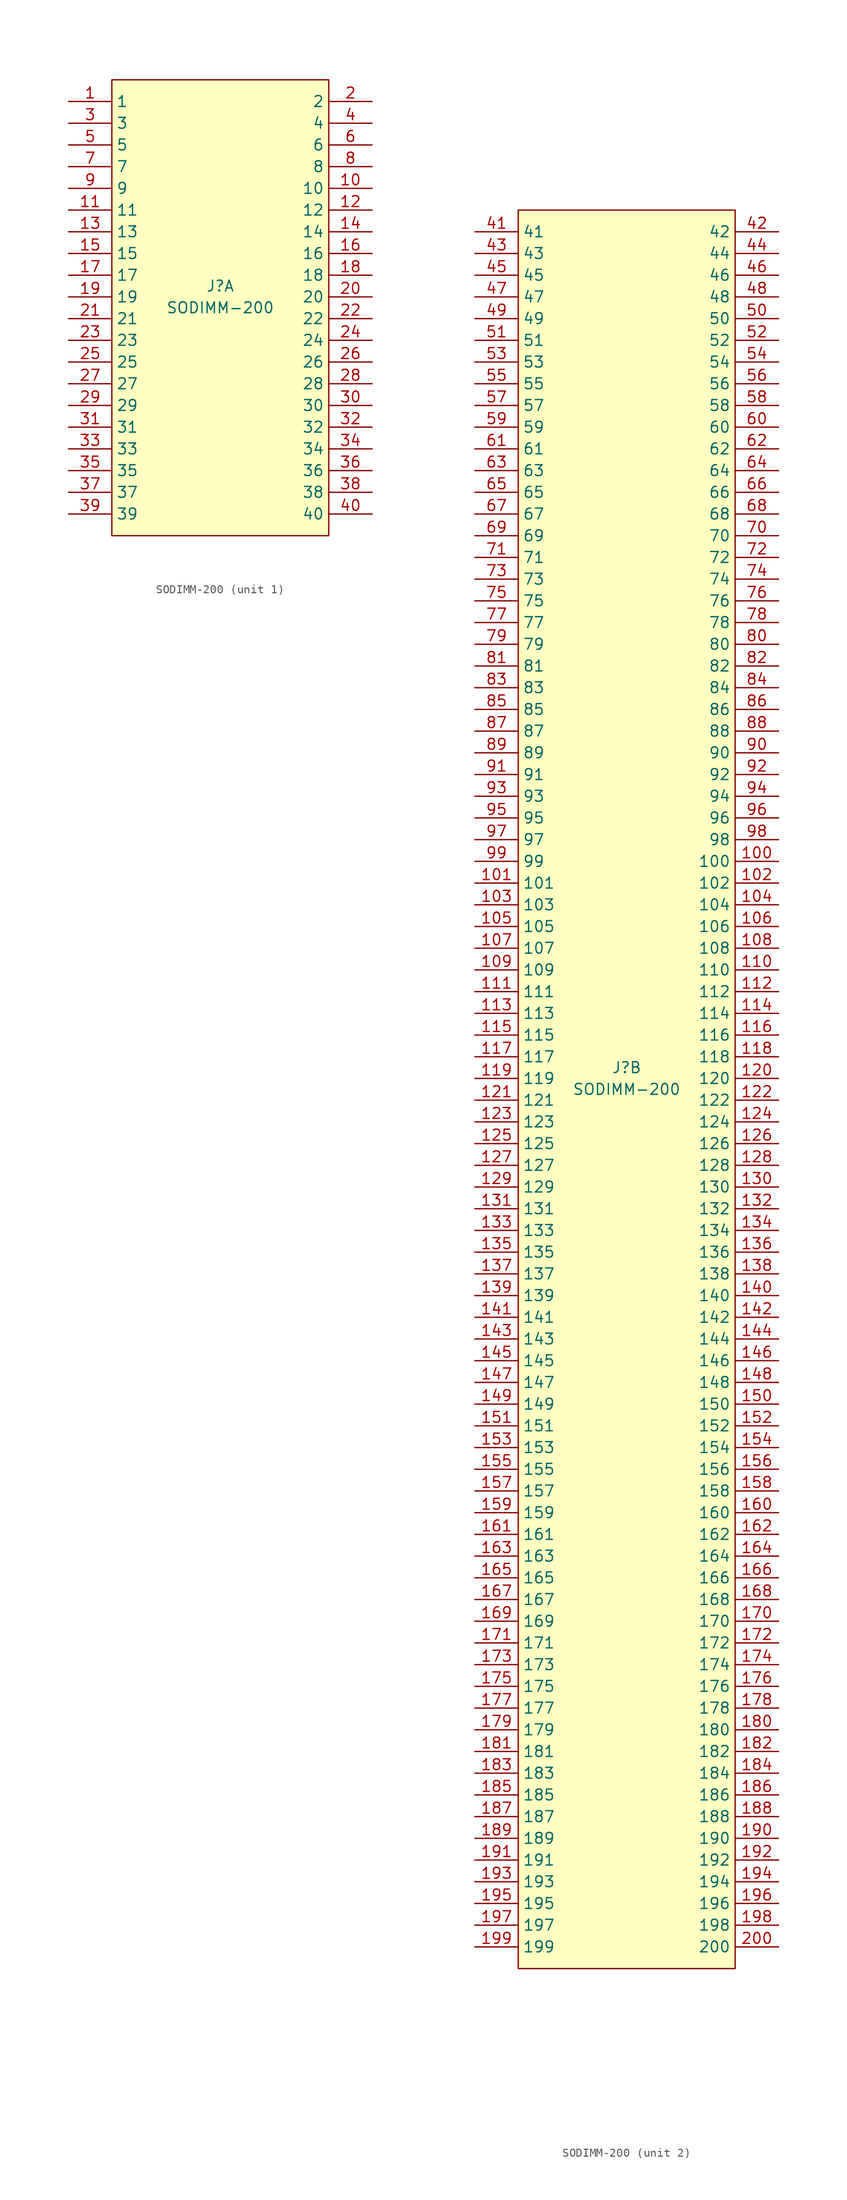
<source format=kicad_sym>
(kicad_symbol_lib
  (version 20241209)
  (generator "kicad_symbol_editor")
  (generator_version "9.0")
  (symbol "SODIMM-200"
    (property "Reference" "J"
      (at 0 1.27 0)
      (effects (font (size 1.27 1.27))))
    (property "Value" "SODIMM-200"
      (at 0 -1.27 0)
      (effects (font (size 1.27 1.27))))
    (property "ki_locked" ""
      (at 0 0 0)
      (effects (font (size 1.27 1.27))))
    (symbol "SODIMM-200_1_1"
      (rectangle (start -12.7 25.4) (end 12.7 -27.94) (stroke (width 0) (type default)) (fill (type background)))
      (pin passive line (at -17.78 22.86 0) (length 5.08) (name "1" (effects (font (size 1.27 1.27)))) (number "1" (effects (font (size 1.27 1.27)))))
      (pin passive line (at -17.78 20.32 0) (length 5.08) (name "3" (effects (font (size 1.27 1.27)))) (number "3" (effects (font (size 1.27 1.27)))))
      (pin passive line (at -17.78 17.78 0) (length 5.08) (name "5" (effects (font (size 1.27 1.27)))) (number "5" (effects (font (size 1.27 1.27)))))
      (pin passive line (at -17.78 15.24 0) (length 5.08) (name "7" (effects (font (size 1.27 1.27)))) (number "7" (effects (font (size 1.27 1.27)))))
      (pin passive line (at -17.78 12.7 0) (length 5.08) (name "9" (effects (font (size 1.27 1.27)))) (number "9" (effects (font (size 1.27 1.27)))))
      (pin passive line (at -17.78 10.16 0) (length 5.08) (name "11" (effects (font (size 1.27 1.27)))) (number "11" (effects (font (size 1.27 1.27)))))
      (pin passive line (at -17.78 7.62 0) (length 5.08) (name "13" (effects (font (size 1.27 1.27)))) (number "13" (effects (font (size 1.27 1.27)))))
      (pin passive line (at -17.78 5.08 0) (length 5.08) (name "15" (effects (font (size 1.27 1.27)))) (number "15" (effects (font (size 1.27 1.27)))))
      (pin passive line (at -17.78 2.54 0) (length 5.08) (name "17" (effects (font (size 1.27 1.27)))) (number "17" (effects (font (size 1.27 1.27)))))
      (pin passive line (at -17.78 0 0) (length 5.08) (name "19" (effects (font (size 1.27 1.27)))) (number "19" (effects (font (size 1.27 1.27)))))
      (pin passive line (at -17.78 -2.54 0) (length 5.08) (name "21" (effects (font (size 1.27 1.27)))) (number "21" (effects (font (size 1.27 1.27)))))
      (pin passive line (at -17.78 -5.08 0) (length 5.08) (name "23" (effects (font (size 1.27 1.27)))) (number "23" (effects (font (size 1.27 1.27)))))
      (pin passive line (at -17.78 -7.62 0) (length 5.08) (name "25" (effects (font (size 1.27 1.27)))) (number "25" (effects (font (size 1.27 1.27)))))
      (pin passive line (at -17.78 -10.16 0) (length 5.08) (name "27" (effects (font (size 1.27 1.27)))) (number "27" (effects (font (size 1.27 1.27)))))
      (pin passive line (at -17.78 -12.7 0) (length 5.08) (name "29" (effects (font (size 1.27 1.27)))) (number "29" (effects (font (size 1.27 1.27)))))
      (pin passive line (at -17.78 -15.24 0) (length 5.08) (name "31" (effects (font (size 1.27 1.27)))) (number "31" (effects (font (size 1.27 1.27)))))
      (pin passive line (at -17.78 -17.78 0) (length 5.08) (name "33" (effects (font (size 1.27 1.27)))) (number "33" (effects (font (size 1.27 1.27)))))
      (pin passive line (at -17.78 -20.32 0) (length 5.08) (name "35" (effects (font (size 1.27 1.27)))) (number "35" (effects (font (size 1.27 1.27)))))
      (pin passive line (at -17.78 -22.86 0) (length 5.08) (name "37" (effects (font (size 1.27 1.27)))) (number "37" (effects (font (size 1.27 1.27)))))
      (pin passive line (at -17.78 -25.4 0) (length 5.08) (name "39" (effects (font (size 1.27 1.27)))) (number "39" (effects (font (size 1.27 1.27)))))
      (pin passive line (at 17.78 22.86 180) (length 5.08) (name "2" (effects (font (size 1.27 1.27)))) (number "2" (effects (font (size 1.27 1.27)))))
      (pin passive line (at 17.78 20.32 180) (length 5.08) (name "4" (effects (font (size 1.27 1.27)))) (number "4" (effects (font (size 1.27 1.27)))))
      (pin passive line (at 17.78 17.78 180) (length 5.08) (name "6" (effects (font (size 1.27 1.27)))) (number "6" (effects (font (size 1.27 1.27)))))
      (pin passive line (at 17.78 15.24 180) (length 5.08) (name "8" (effects (font (size 1.27 1.27)))) (number "8" (effects (font (size 1.27 1.27)))))
      (pin passive line (at 17.78 12.7 180) (length 5.08) (name "10" (effects (font (size 1.27 1.27)))) (number "10" (effects (font (size 1.27 1.27)))))
      (pin passive line (at 17.78 10.16 180) (length 5.08) (name "12" (effects (font (size 1.27 1.27)))) (number "12" (effects (font (size 1.27 1.27)))))
      (pin passive line (at 17.78 7.62 180) (length 5.08) (name "14" (effects (font (size 1.27 1.27)))) (number "14" (effects (font (size 1.27 1.27)))))
      (pin passive line (at 17.78 5.08 180) (length 5.08) (name "16" (effects (font (size 1.27 1.27)))) (number "16" (effects (font (size 1.27 1.27)))))
      (pin passive line (at 17.78 2.54 180) (length 5.08) (name "18" (effects (font (size 1.27 1.27)))) (number "18" (effects (font (size 1.27 1.27)))))
      (pin passive line (at 17.78 0 180) (length 5.08) (name "20" (effects (font (size 1.27 1.27)))) (number "20" (effects (font (size 1.27 1.27)))))
      (pin passive line (at 17.78 -2.54 180) (length 5.08) (name "22" (effects (font (size 1.27 1.27)))) (number "22" (effects (font (size 1.27 1.27)))))
      (pin passive line (at 17.78 -5.08 180) (length 5.08) (name "24" (effects (font (size 1.27 1.27)))) (number "24" (effects (font (size 1.27 1.27)))))
      (pin passive line (at 17.78 -7.62 180) (length 5.08) (name "26" (effects (font (size 1.27 1.27)))) (number "26" (effects (font (size 1.27 1.27)))))
      (pin passive line (at 17.78 -10.16 180) (length 5.08) (name "28" (effects (font (size 1.27 1.27)))) (number "28" (effects (font (size 1.27 1.27)))))
      (pin passive line (at 17.78 -12.7 180) (length 5.08) (name "30" (effects (font (size 1.27 1.27)))) (number "30" (effects (font (size 1.27 1.27)))))
      (pin passive line (at 17.78 -15.24 180) (length 5.08) (name "32" (effects (font (size 1.27 1.27)))) (number "32" (effects (font (size 1.27 1.27)))))
      (pin passive line (at 17.78 -17.78 180) (length 5.08) (name "34" (effects (font (size 1.27 1.27)))) (number "34" (effects (font (size 1.27 1.27)))))
      (pin passive line (at 17.78 -20.32 180) (length 5.08) (name "36" (effects (font (size 1.27 1.27)))) (number "36" (effects (font (size 1.27 1.27)))))
      (pin passive line (at 17.78 -22.86 180) (length 5.08) (name "38" (effects (font (size 1.27 1.27)))) (number "38" (effects (font (size 1.27 1.27)))))
      (pin passive line (at 17.78 -25.4 180) (length 5.08) (name "40" (effects (font (size 1.27 1.27)))) (number "40" (effects (font (size 1.27 1.27))))))
    (symbol "SODIMM-200_2_1"
      (rectangle (start -12.7 -104.14) (end 12.7 101.6) (stroke (width 0) (type default)) (fill (type background)))
      (pin passive line (at -17.78 99.06 0) (length 5.08) (name "41" (effects (font (size 1.27 1.27)))) (number "41" (effects (font (size 1.27 1.27)))))
      (pin passive line (at -17.78 96.52 0) (length 5.08) (name "43" (effects (font (size 1.27 1.27)))) (number "43" (effects (font (size 1.27 1.27)))))
      (pin passive line (at -17.78 93.98 0) (length 5.08) (name "45" (effects (font (size 1.27 1.27)))) (number "45" (effects (font (size 1.27 1.27)))))
      (pin passive line (at -17.78 91.44 0) (length 5.08) (name "47" (effects (font (size 1.27 1.27)))) (number "47" (effects (font (size 1.27 1.27)))))
      (pin passive line (at -17.78 88.9 0) (length 5.08) (name "49" (effects (font (size 1.27 1.27)))) (number "49" (effects (font (size 1.27 1.27)))))
      (pin passive line (at -17.78 86.36 0) (length 5.08) (name "51" (effects (font (size 1.27 1.27)))) (number "51" (effects (font (size 1.27 1.27)))))
      (pin passive line (at -17.78 83.82 0) (length 5.08) (name "53" (effects (font (size 1.27 1.27)))) (number "53" (effects (font (size 1.27 1.27)))))
      (pin passive line (at -17.78 81.28 0) (length 5.08) (name "55" (effects (font (size 1.27 1.27)))) (number "55" (effects (font (size 1.27 1.27)))))
      (pin passive line (at -17.78 78.74 0) (length 5.08) (name "57" (effects (font (size 1.27 1.27)))) (number "57" (effects (font (size 1.27 1.27)))))
      (pin passive line (at -17.78 76.2 0) (length 5.08) (name "59" (effects (font (size 1.27 1.27)))) (number "59" (effects (font (size 1.27 1.27)))))
      (pin passive line (at -17.78 73.66 0) (length 5.08) (name "61" (effects (font (size 1.27 1.27)))) (number "61" (effects (font (size 1.27 1.27)))))
      (pin passive line (at -17.78 71.12 0) (length 5.08) (name "63" (effects (font (size 1.27 1.27)))) (number "63" (effects (font (size 1.27 1.27)))))
      (pin passive line (at -17.78 68.58 0) (length 5.08) (name "65" (effects (font (size 1.27 1.27)))) (number "65" (effects (font (size 1.27 1.27)))))
      (pin passive line (at -17.78 66.04 0) (length 5.08) (name "67" (effects (font (size 1.27 1.27)))) (number "67" (effects (font (size 1.27 1.27)))))
      (pin passive line (at -17.78 63.5 0) (length 5.08) (name "69" (effects (font (size 1.27 1.27)))) (number "69" (effects (font (size 1.27 1.27)))))
      (pin passive line (at -17.78 60.96 0) (length 5.08) (name "71" (effects (font (size 1.27 1.27)))) (number "71" (effects (font (size 1.27 1.27)))))
      (pin passive line (at -17.78 58.42 0) (length 5.08) (name "73" (effects (font (size 1.27 1.27)))) (number "73" (effects (font (size 1.27 1.27)))))
      (pin passive line (at -17.78 55.88 0) (length 5.08) (name "75" (effects (font (size 1.27 1.27)))) (number "75" (effects (font (size 1.27 1.27)))))
      (pin passive line (at -17.78 53.34 0) (length 5.08) (name "77" (effects (font (size 1.27 1.27)))) (number "77" (effects (font (size 1.27 1.27)))))
      (pin passive line (at -17.78 50.8 0) (length 5.08) (name "79" (effects (font (size 1.27 1.27)))) (number "79" (effects (font (size 1.27 1.27)))))
      (pin passive line (at -17.78 48.26 0) (length 5.08) (name "81" (effects (font (size 1.27 1.27)))) (number "81" (effects (font (size 1.27 1.27)))))
      (pin passive line (at -17.78 45.72 0) (length 5.08) (name "83" (effects (font (size 1.27 1.27)))) (number "83" (effects (font (size 1.27 1.27)))))
      (pin passive line (at -17.78 43.18 0) (length 5.08) (name "85" (effects (font (size 1.27 1.27)))) (number "85" (effects (font (size 1.27 1.27)))))
      (pin passive line (at -17.78 40.64 0) (length 5.08) (name "87" (effects (font (size 1.27 1.27)))) (number "87" (effects (font (size 1.27 1.27)))))
      (pin passive line (at -17.78 38.1 0) (length 5.08) (name "89" (effects (font (size 1.27 1.27)))) (number "89" (effects (font (size 1.27 1.27)))))
      (pin passive line (at -17.78 35.56 0) (length 5.08) (name "91" (effects (font (size 1.27 1.27)))) (number "91" (effects (font (size 1.27 1.27)))))
      (pin passive line (at -17.78 33.02 0) (length 5.08) (name "93" (effects (font (size 1.27 1.27)))) (number "93" (effects (font (size 1.27 1.27)))))
      (pin passive line (at -17.78 30.48 0) (length 5.08) (name "95" (effects (font (size 1.27 1.27)))) (number "95" (effects (font (size 1.27 1.27)))))
      (pin passive line (at -17.78 27.94 0) (length 5.08) (name "97" (effects (font (size 1.27 1.27)))) (number "97" (effects (font (size 1.27 1.27)))))
      (pin passive line (at -17.78 25.4 0) (length 5.08) (name "99" (effects (font (size 1.27 1.27)))) (number "99" (effects (font (size 1.27 1.27)))))
      (pin passive line (at -17.78 22.86 0) (length 5.08) (name "101" (effects (font (size 1.27 1.27)))) (number "101" (effects (font (size 1.27 1.27)))))
      (pin passive line (at -17.78 20.32 0) (length 5.08) (name "103" (effects (font (size 1.27 1.27)))) (number "103" (effects (font (size 1.27 1.27)))))
      (pin passive line (at -17.78 17.78 0) (length 5.08) (name "105" (effects (font (size 1.27 1.27)))) (number "105" (effects (font (size 1.27 1.27)))))
      (pin passive line (at -17.78 15.24 0) (length 5.08) (name "107" (effects (font (size 1.27 1.27)))) (number "107" (effects (font (size 1.27 1.27)))))
      (pin passive line (at -17.78 12.7 0) (length 5.08) (name "109" (effects (font (size 1.27 1.27)))) (number "109" (effects (font (size 1.27 1.27)))))
      (pin passive line (at -17.78 10.16 0) (length 5.08) (name "111" (effects (font (size 1.27 1.27)))) (number "111" (effects (font (size 1.27 1.27)))))
      (pin passive line (at -17.78 7.62 0) (length 5.08) (name "113" (effects (font (size 1.27 1.27)))) (number "113" (effects (font (size 1.27 1.27)))))
      (pin passive line (at -17.78 5.08 0) (length 5.08) (name "115" (effects (font (size 1.27 1.27)))) (number "115" (effects (font (size 1.27 1.27)))))
      (pin passive line (at -17.78 2.54 0) (length 5.08) (name "117" (effects (font (size 1.27 1.27)))) (number "117" (effects (font (size 1.27 1.27)))))
      (pin passive line (at -17.78 0 0) (length 5.08) (name "119" (effects (font (size 1.27 1.27)))) (number "119" (effects (font (size 1.27 1.27)))))
      (pin passive line (at -17.78 -2.54 0) (length 5.08) (name "121" (effects (font (size 1.27 1.27)))) (number "121" (effects (font (size 1.27 1.27)))))
      (pin passive line (at -17.78 -5.08 0) (length 5.08) (name "123" (effects (font (size 1.27 1.27)))) (number "123" (effects (font (size 1.27 1.27)))))
      (pin passive line (at -17.78 -7.62 0) (length 5.08) (name "125" (effects (font (size 1.27 1.27)))) (number "125" (effects (font (size 1.27 1.27)))))
      (pin passive line (at -17.78 -10.16 0) (length 5.08) (name "127" (effects (font (size 1.27 1.27)))) (number "127" (effects (font (size 1.27 1.27)))))
      (pin passive line (at -17.78 -12.7 0) (length 5.08) (name "129" (effects (font (size 1.27 1.27)))) (number "129" (effects (font (size 1.27 1.27)))))
      (pin passive line (at -17.78 -15.24 0) (length 5.08) (name "131" (effects (font (size 1.27 1.27)))) (number "131" (effects (font (size 1.27 1.27)))))
      (pin passive line (at -17.78 -17.78 0) (length 5.08) (name "133" (effects (font (size 1.27 1.27)))) (number "133" (effects (font (size 1.27 1.27)))))
      (pin passive line (at -17.78 -20.32 0) (length 5.08) (name "135" (effects (font (size 1.27 1.27)))) (number "135" (effects (font (size 1.27 1.27)))))
      (pin passive line (at -17.78 -22.86 0) (length 5.08) (name "137" (effects (font (size 1.27 1.27)))) (number "137" (effects (font (size 1.27 1.27)))))
      (pin passive line (at -17.78 -25.4 0) (length 5.08) (name "139" (effects (font (size 1.27 1.27)))) (number "139" (effects (font (size 1.27 1.27)))))
      (pin passive line (at -17.78 -27.94 0) (length 5.08) (name "141" (effects (font (size 1.27 1.27)))) (number "141" (effects (font (size 1.27 1.27)))))
      (pin passive line (at -17.78 -30.48 0) (length 5.08) (name "143" (effects (font (size 1.27 1.27)))) (number "143" (effects (font (size 1.27 1.27)))))
      (pin passive line (at -17.78 -33.02 0) (length 5.08) (name "145" (effects (font (size 1.27 1.27)))) (number "145" (effects (font (size 1.27 1.27)))))
      (pin passive line (at -17.78 -35.56 0) (length 5.08) (name "147" (effects (font (size 1.27 1.27)))) (number "147" (effects (font (size 1.27 1.27)))))
      (pin passive line (at -17.78 -38.1 0) (length 5.08) (name "149" (effects (font (size 1.27 1.27)))) (number "149" (effects (font (size 1.27 1.27)))))
      (pin passive line (at -17.78 -40.64 0) (length 5.08) (name "151" (effects (font (size 1.27 1.27)))) (number "151" (effects (font (size 1.27 1.27)))))
      (pin passive line (at -17.78 -43.18 0) (length 5.08) (name "153" (effects (font (size 1.27 1.27)))) (number "153" (effects (font (size 1.27 1.27)))))
      (pin passive line (at -17.78 -45.72 0) (length 5.08) (name "155" (effects (font (size 1.27 1.27)))) (number "155" (effects (font (size 1.27 1.27)))))
      (pin passive line (at -17.78 -48.26 0) (length 5.08) (name "157" (effects (font (size 1.27 1.27)))) (number "157" (effects (font (size 1.27 1.27)))))
      (pin passive line (at -17.78 -50.8 0) (length 5.08) (name "159" (effects (font (size 1.27 1.27)))) (number "159" (effects (font (size 1.27 1.27)))))
      (pin passive line (at -17.78 -53.34 0) (length 5.08) (name "161" (effects (font (size 1.27 1.27)))) (number "161" (effects (font (size 1.27 1.27)))))
      (pin passive line (at -17.78 -55.88 0) (length 5.08) (name "163" (effects (font (size 1.27 1.27)))) (number "163" (effects (font (size 1.27 1.27)))))
      (pin passive line (at -17.78 -58.42 0) (length 5.08) (name "165" (effects (font (size 1.27 1.27)))) (number "165" (effects (font (size 1.27 1.27)))))
      (pin passive line (at -17.78 -60.96 0) (length 5.08) (name "167" (effects (font (size 1.27 1.27)))) (number "167" (effects (font (size 1.27 1.27)))))
      (pin passive line (at -17.78 -63.5 0) (length 5.08) (name "169" (effects (font (size 1.27 1.27)))) (number "169" (effects (font (size 1.27 1.27)))))
      (pin passive line (at -17.78 -66.04 0) (length 5.08) (name "171" (effects (font (size 1.27 1.27)))) (number "171" (effects (font (size 1.27 1.27)))))
      (pin passive line (at -17.78 -68.58 0) (length 5.08) (name "173" (effects (font (size 1.27 1.27)))) (number "173" (effects (font (size 1.27 1.27)))))
      (pin passive line (at -17.78 -71.12 0) (length 5.08) (name "175" (effects (font (size 1.27 1.27)))) (number "175" (effects (font (size 1.27 1.27)))))
      (pin passive line (at -17.78 -73.66 0) (length 5.08) (name "177" (effects (font (size 1.27 1.27)))) (number "177" (effects (font (size 1.27 1.27)))))
      (pin passive line (at -17.78 -76.2 0) (length 5.08) (name "179" (effects (font (size 1.27 1.27)))) (number "179" (effects (font (size 1.27 1.27)))))
      (pin passive line (at -17.78 -78.74 0) (length 5.08) (name "181" (effects (font (size 1.27 1.27)))) (number "181" (effects (font (size 1.27 1.27)))))
      (pin passive line (at -17.78 -81.28 0) (length 5.08) (name "183" (effects (font (size 1.27 1.27)))) (number "183" (effects (font (size 1.27 1.27)))))
      (pin passive line (at -17.78 -83.82 0) (length 5.08) (name "185" (effects (font (size 1.27 1.27)))) (number "185" (effects (font (size 1.27 1.27)))))
      (pin passive line (at -17.78 -86.36 0) (length 5.08) (name "187" (effects (font (size 1.27 1.27)))) (number "187" (effects (font (size 1.27 1.27)))))
      (pin passive line (at -17.78 -88.9 0) (length 5.08) (name "189" (effects (font (size 1.27 1.27)))) (number "189" (effects (font (size 1.27 1.27)))))
      (pin passive line (at -17.78 -91.44 0) (length 5.08) (name "191" (effects (font (size 1.27 1.27)))) (number "191" (effects (font (size 1.27 1.27)))))
      (pin passive line (at -17.78 -93.98 0) (length 5.08) (name "193" (effects (font (size 1.27 1.27)))) (number "193" (effects (font (size 1.27 1.27)))))
      (pin passive line (at -17.78 -96.52 0) (length 5.08) (name "195" (effects (font (size 1.27 1.27)))) (number "195" (effects (font (size 1.27 1.27)))))
      (pin passive line (at -17.78 -99.06 0) (length 5.08) (name "197" (effects (font (size 1.27 1.27)))) (number "197" (effects (font (size 1.27 1.27)))))
      (pin passive line (at -17.78 -101.6 0) (length 5.08) (name "199" (effects (font (size 1.27 1.27)))) (number "199" (effects (font (size 1.27 1.27)))))
      (pin passive line (at 17.78 99.06 180) (length 5.08) (name "42" (effects (font (size 1.27 1.27)))) (number "42" (effects (font (size 1.27 1.27)))))
      (pin passive line (at 17.78 96.52 180) (length 5.08) (name "44" (effects (font (size 1.27 1.27)))) (number "44" (effects (font (size 1.27 1.27)))))
      (pin passive line (at 17.78 93.98 180) (length 5.08) (name "46" (effects (font (size 1.27 1.27)))) (number "46" (effects (font (size 1.27 1.27)))))
      (pin passive line (at 17.78 91.44 180) (length 5.08) (name "48" (effects (font (size 1.27 1.27)))) (number "48" (effects (font (size 1.27 1.27)))))
      (pin passive line (at 17.78 88.9 180) (length 5.08) (name "50" (effects (font (size 1.27 1.27)))) (number "50" (effects (font (size 1.27 1.27)))))
      (pin passive line (at 17.78 86.36 180) (length 5.08) (name "52" (effects (font (size 1.27 1.27)))) (number "52" (effects (font (size 1.27 1.27)))))
      (pin passive line (at 17.78 83.82 180) (length 5.08) (name "54" (effects (font (size 1.27 1.27)))) (number "54" (effects (font (size 1.27 1.27)))))
      (pin passive line (at 17.78 81.28 180) (length 5.08) (name "56" (effects (font (size 1.27 1.27)))) (number "56" (effects (font (size 1.27 1.27)))))
      (pin passive line (at 17.78 78.74 180) (length 5.08) (name "58" (effects (font (size 1.27 1.27)))) (number "58" (effects (font (size 1.27 1.27)))))
      (pin passive line (at 17.78 76.2 180) (length 5.08) (name "60" (effects (font (size 1.27 1.27)))) (number "60" (effects (font (size 1.27 1.27)))))
      (pin passive line (at 17.78 73.66 180) (length 5.08) (name "62" (effects (font (size 1.27 1.27)))) (number "62" (effects (font (size 1.27 1.27)))))
      (pin passive line (at 17.78 71.12 180) (length 5.08) (name "64" (effects (font (size 1.27 1.27)))) (number "64" (effects (font (size 1.27 1.27)))))
      (pin passive line (at 17.78 68.58 180) (length 5.08) (name "66" (effects (font (size 1.27 1.27)))) (number "66" (effects (font (size 1.27 1.27)))))
      (pin passive line (at 17.78 66.04 180) (length 5.08) (name "68" (effects (font (size 1.27 1.27)))) (number "68" (effects (font (size 1.27 1.27)))))
      (pin passive line (at 17.78 63.5 180) (length 5.08) (name "70" (effects (font (size 1.27 1.27)))) (number "70" (effects (font (size 1.27 1.27)))))
      (pin passive line (at 17.78 60.96 180) (length 5.08) (name "72" (effects (font (size 1.27 1.27)))) (number "72" (effects (font (size 1.27 1.27)))))
      (pin passive line (at 17.78 58.42 180) (length 5.08) (name "74" (effects (font (size 1.27 1.27)))) (number "74" (effects (font (size 1.27 1.27)))))
      (pin passive line (at 17.78 55.88 180) (length 5.08) (name "76" (effects (font (size 1.27 1.27)))) (number "76" (effects (font (size 1.27 1.27)))))
      (pin passive line (at 17.78 53.34 180) (length 5.08) (name "78" (effects (font (size 1.27 1.27)))) (number "78" (effects (font (size 1.27 1.27)))))
      (pin passive line (at 17.78 50.8 180) (length 5.08) (name "80" (effects (font (size 1.27 1.27)))) (number "80" (effects (font (size 1.27 1.27)))))
      (pin passive line (at 17.78 48.26 180) (length 5.08) (name "82" (effects (font (size 1.27 1.27)))) (number "82" (effects (font (size 1.27 1.27)))))
      (pin passive line (at 17.78 45.72 180) (length 5.08) (name "84" (effects (font (size 1.27 1.27)))) (number "84" (effects (font (size 1.27 1.27)))))
      (pin passive line (at 17.78 43.18 180) (length 5.08) (name "86" (effects (font (size 1.27 1.27)))) (number "86" (effects (font (size 1.27 1.27)))))
      (pin passive line (at 17.78 40.64 180) (length 5.08) (name "88" (effects (font (size 1.27 1.27)))) (number "88" (effects (font (size 1.27 1.27)))))
      (pin passive line (at 17.78 38.1 180) (length 5.08) (name "90" (effects (font (size 1.27 1.27)))) (number "90" (effects (font (size 1.27 1.27)))))
      (pin passive line (at 17.78 35.56 180) (length 5.08) (name "92" (effects (font (size 1.27 1.27)))) (number "92" (effects (font (size 1.27 1.27)))))
      (pin passive line (at 17.78 33.02 180) (length 5.08) (name "94" (effects (font (size 1.27 1.27)))) (number "94" (effects (font (size 1.27 1.27)))))
      (pin passive line (at 17.78 30.48 180) (length 5.08) (name "96" (effects (font (size 1.27 1.27)))) (number "96" (effects (font (size 1.27 1.27)))))
      (pin passive line (at 17.78 27.94 180) (length 5.08) (name "98" (effects (font (size 1.27 1.27)))) (number "98" (effects (font (size 1.27 1.27)))))
      (pin passive line (at 17.78 25.4 180) (length 5.08) (name "100" (effects (font (size 1.27 1.27)))) (number "100" (effects (font (size 1.27 1.27)))))
      (pin passive line (at 17.78 22.86 180) (length 5.08) (name "102" (effects (font (size 1.27 1.27)))) (number "102" (effects (font (size 1.27 1.27)))))
      (pin passive line (at 17.78 20.32 180) (length 5.08) (name "104" (effects (font (size 1.27 1.27)))) (number "104" (effects (font (size 1.27 1.27)))))
      (pin passive line (at 17.78 17.78 180) (length 5.08) (name "106" (effects (font (size 1.27 1.27)))) (number "106" (effects (font (size 1.27 1.27)))))
      (pin passive line (at 17.78 15.24 180) (length 5.08) (name "108" (effects (font (size 1.27 1.27)))) (number "108" (effects (font (size 1.27 1.27)))))
      (pin passive line (at 17.78 12.7 180) (length 5.08) (name "110" (effects (font (size 1.27 1.27)))) (number "110" (effects (font (size 1.27 1.27)))))
      (pin passive line (at 17.78 10.16 180) (length 5.08) (name "112" (effects (font (size 1.27 1.27)))) (number "112" (effects (font (size 1.27 1.27)))))
      (pin passive line (at 17.78 7.62 180) (length 5.08) (name "114" (effects (font (size 1.27 1.27)))) (number "114" (effects (font (size 1.27 1.27)))))
      (pin passive line (at 17.78 5.08 180) (length 5.08) (name "116" (effects (font (size 1.27 1.27)))) (number "116" (effects (font (size 1.27 1.27)))))
      (pin passive line (at 17.78 2.54 180) (length 5.08) (name "118" (effects (font (size 1.27 1.27)))) (number "118" (effects (font (size 1.27 1.27)))))
      (pin passive line (at 17.78 0 180) (length 5.08) (name "120" (effects (font (size 1.27 1.27)))) (number "120" (effects (font (size 1.27 1.27)))))
      (pin passive line (at 17.78 -2.54 180) (length 5.08) (name "122" (effects (font (size 1.27 1.27)))) (number "122" (effects (font (size 1.27 1.27)))))
      (pin passive line (at 17.78 -5.08 180) (length 5.08) (name "124" (effects (font (size 1.27 1.27)))) (number "124" (effects (font (size 1.27 1.27)))))
      (pin passive line (at 17.78 -7.62 180) (length 5.08) (name "126" (effects (font (size 1.27 1.27)))) (number "126" (effects (font (size 1.27 1.27)))))
      (pin passive line (at 17.78 -10.16 180) (length 5.08) (name "128" (effects (font (size 1.27 1.27)))) (number "128" (effects (font (size 1.27 1.27)))))
      (pin passive line (at 17.78 -12.7 180) (length 5.08) (name "130" (effects (font (size 1.27 1.27)))) (number "130" (effects (font (size 1.27 1.27)))))
      (pin passive line (at 17.78 -15.24 180) (length 5.08) (name "132" (effects (font (size 1.27 1.27)))) (number "132" (effects (font (size 1.27 1.27)))))
      (pin passive line (at 17.78 -17.78 180) (length 5.08) (name "134" (effects (font (size 1.27 1.27)))) (number "134" (effects (font (size 1.27 1.27)))))
      (pin passive line (at 17.78 -20.32 180) (length 5.08) (name "136" (effects (font (size 1.27 1.27)))) (number "136" (effects (font (size 1.27 1.27)))))
      (pin passive line (at 17.78 -22.86 180) (length 5.08) (name "138" (effects (font (size 1.27 1.27)))) (number "138" (effects (font (size 1.27 1.27)))))
      (pin passive line (at 17.78 -25.4 180) (length 5.08) (name "140" (effects (font (size 1.27 1.27)))) (number "140" (effects (font (size 1.27 1.27)))))
      (pin passive line (at 17.78 -27.94 180) (length 5.08) (name "142" (effects (font (size 1.27 1.27)))) (number "142" (effects (font (size 1.27 1.27)))))
      (pin passive line (at 17.78 -30.48 180) (length 5.08) (name "144" (effects (font (size 1.27 1.27)))) (number "144" (effects (font (size 1.27 1.27)))))
      (pin passive line (at 17.78 -33.02 180) (length 5.08) (name "146" (effects (font (size 1.27 1.27)))) (number "146" (effects (font (size 1.27 1.27)))))
      (pin passive line (at 17.78 -35.56 180) (length 5.08) (name "148" (effects (font (size 1.27 1.27)))) (number "148" (effects (font (size 1.27 1.27)))))
      (pin passive line (at 17.78 -38.1 180) (length 5.08) (name "150" (effects (font (size 1.27 1.27)))) (number "150" (effects (font (size 1.27 1.27)))))
      (pin passive line (at 17.78 -40.64 180) (length 5.08) (name "152" (effects (font (size 1.27 1.27)))) (number "152" (effects (font (size 1.27 1.27)))))
      (pin passive line (at 17.78 -43.18 180) (length 5.08) (name "154" (effects (font (size 1.27 1.27)))) (number "154" (effects (font (size 1.27 1.27)))))
      (pin passive line (at 17.78 -45.72 180) (length 5.08) (name "156" (effects (font (size 1.27 1.27)))) (number "156" (effects (font (size 1.27 1.27)))))
      (pin passive line (at 17.78 -48.26 180) (length 5.08) (name "158" (effects (font (size 1.27 1.27)))) (number "158" (effects (font (size 1.27 1.27)))))
      (pin passive line (at 17.78 -50.8 180) (length 5.08) (name "160" (effects (font (size 1.27 1.27)))) (number "160" (effects (font (size 1.27 1.27)))))
      (pin passive line (at 17.78 -53.34 180) (length 5.08) (name "162" (effects (font (size 1.27 1.27)))) (number "162" (effects (font (size 1.27 1.27)))))
      (pin passive line (at 17.78 -55.88 180) (length 5.08) (name "164" (effects (font (size 1.27 1.27)))) (number "164" (effects (font (size 1.27 1.27)))))
      (pin passive line (at 17.78 -58.42 180) (length 5.08) (name "166" (effects (font (size 1.27 1.27)))) (number "166" (effects (font (size 1.27 1.27)))))
      (pin passive line (at 17.78 -60.96 180) (length 5.08) (name "168" (effects (font (size 1.27 1.27)))) (number "168" (effects (font (size 1.27 1.27)))))
      (pin passive line (at 17.78 -63.5 180) (length 5.08) (name "170" (effects (font (size 1.27 1.27)))) (number "170" (effects (font (size 1.27 1.27)))))
      (pin passive line (at 17.78 -66.04 180) (length 5.08) (name "172" (effects (font (size 1.27 1.27)))) (number "172" (effects (font (size 1.27 1.27)))))
      (pin passive line (at 17.78 -68.58 180) (length 5.08) (name "174" (effects (font (size 1.27 1.27)))) (number "174" (effects (font (size 1.27 1.27)))))
      (pin passive line (at 17.78 -71.12 180) (length 5.08) (name "176" (effects (font (size 1.27 1.27)))) (number "176" (effects (font (size 1.27 1.27)))))
      (pin passive line (at 17.78 -73.66 180) (length 5.08) (name "178" (effects (font (size 1.27 1.27)))) (number "178" (effects (font (size 1.27 1.27)))))
      (pin passive line (at 17.78 -76.2 180) (length 5.08) (name "180" (effects (font (size 1.27 1.27)))) (number "180" (effects (font (size 1.27 1.27)))))
      (pin passive line (at 17.78 -78.74 180) (length 5.08) (name "182" (effects (font (size 1.27 1.27)))) (number "182" (effects (font (size 1.27 1.27)))))
      (pin passive line (at 17.78 -81.28 180) (length 5.08) (name "184" (effects (font (size 1.27 1.27)))) (number "184" (effects (font (size 1.27 1.27)))))
      (pin passive line (at 17.78 -83.82 180) (length 5.08) (name "186" (effects (font (size 1.27 1.27)))) (number "186" (effects (font (size 1.27 1.27)))))
      (pin passive line (at 17.78 -86.36 180) (length 5.08) (name "188" (effects (font (size 1.27 1.27)))) (number "188" (effects (font (size 1.27 1.27)))))
      (pin passive line (at 17.78 -88.9 180) (length 5.08) (name "190" (effects (font (size 1.27 1.27)))) (number "190" (effects (font (size 1.27 1.27)))))
      (pin passive line (at 17.78 -91.44 180) (length 5.08) (name "192" (effects (font (size 1.27 1.27)))) (number "192" (effects (font (size 1.27 1.27)))))
      (pin passive line (at 17.78 -93.98 180) (length 5.08) (name "194" (effects (font (size 1.27 1.27)))) (number "194" (effects (font (size 1.27 1.27)))))
      (pin passive line (at 17.78 -96.52 180) (length 5.08) (name "196" (effects (font (size 1.27 1.27)))) (number "196" (effects (font (size 1.27 1.27)))))
      (pin passive line (at 17.78 -99.06 180) (length 5.08) (name "198" (effects (font (size 1.27 1.27)))) (number "198" (effects (font (size 1.27 1.27)))))
      (pin passive line (at 17.78 -101.6 180) (length 5.08) (name "200" (effects (font (size 1.27 1.27)))) (number "200" (effects (font (size 1.27 1.27))))))))
</source>
